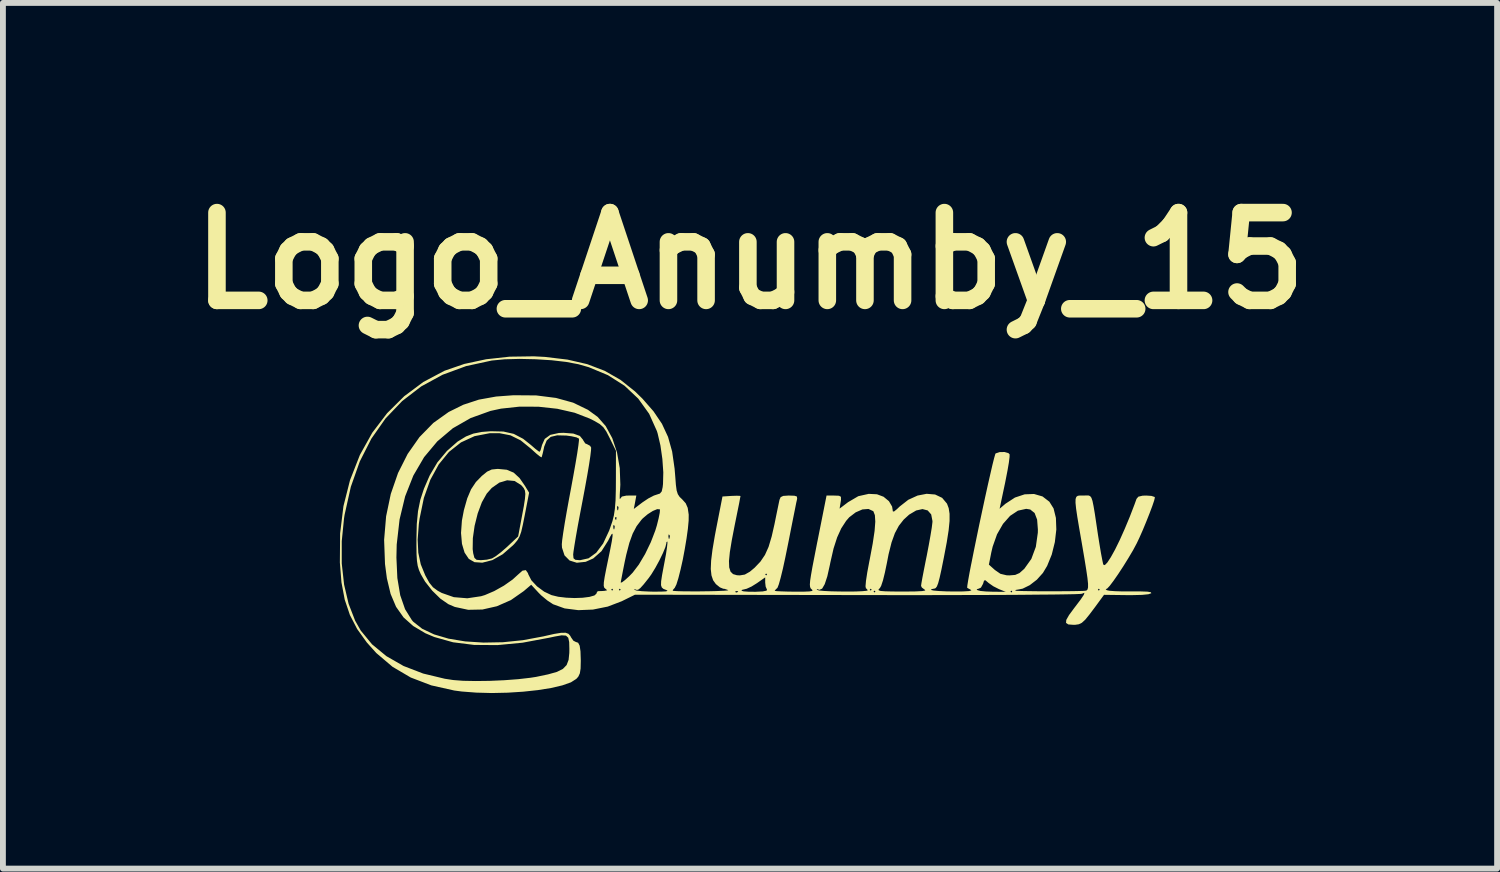
<source format=kicad_pcb>
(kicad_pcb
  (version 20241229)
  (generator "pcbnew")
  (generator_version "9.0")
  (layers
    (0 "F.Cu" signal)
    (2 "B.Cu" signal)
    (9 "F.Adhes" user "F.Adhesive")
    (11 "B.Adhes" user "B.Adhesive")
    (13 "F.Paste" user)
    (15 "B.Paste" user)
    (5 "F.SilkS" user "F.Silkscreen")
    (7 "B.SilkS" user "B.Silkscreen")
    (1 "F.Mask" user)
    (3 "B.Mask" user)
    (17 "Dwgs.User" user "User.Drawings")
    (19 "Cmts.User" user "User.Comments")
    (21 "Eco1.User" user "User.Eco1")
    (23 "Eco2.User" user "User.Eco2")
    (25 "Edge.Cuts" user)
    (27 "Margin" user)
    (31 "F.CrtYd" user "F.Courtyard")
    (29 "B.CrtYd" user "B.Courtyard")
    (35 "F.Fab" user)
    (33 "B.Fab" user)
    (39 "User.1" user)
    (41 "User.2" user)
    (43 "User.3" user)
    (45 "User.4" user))
  (footprint "Logo_Anumby_15"
    (layer "F.Cu")
    (at 9.764 5.904)
    (property "Reference" "Logo_Anumby_15" (at 0 -4.5 0) (layer "F.SilkS") (effects (font (size 1.5 1.5) (thickness 0.3))))
    (attr board_only exclude_from_pos_files exclude_from_bom)
    (fp_poly (pts (xy -4.155 -0.928) (xy -4.038 -0.879) (xy -3.937 -0.786) (xy -3.843 -0.65) (xy -3.774 -0.536) (xy -3.848 -0.152) (xy -3.881 0.013) (xy -3.908 0.13) (xy -3.936 0.211) (xy -3.971 0.273) (xy -4.017 0.329) (xy -4.048 0.362) (xy -4.225 0.516) (xy -4.402 0.616) (xy -4.573 0.66) (xy -4.707 0.651) (xy -4.804 0.595) (xy -4.876 0.488) (xy -4.894 0.429) (xy -4.738 0.429) (xy -4.729 0.5) (xy -4.708 0.578) (xy -4.671 0.611) (xy -4.597 0.617) (xy -4.597 0.617) (xy -4.494 0.608) (xy -4.407 0.587) (xy -4.345 0.55) (xy -4.256 0.482) (xy -4.156 0.395) (xy -4.144 0.384) (xy -3.961 0.211) (xy -3.897 -0.13) (xy -3.864 -0.306) (xy -3.845 -0.43) (xy -3.838 -0.514) (xy -3.845 -0.572) (xy -3.866 -0.615) (xy -3.9 -0.655) (xy -3.912 -0.667) (xy -4.022 -0.736) (xy -4.149 -0.748) (xy -4.283 -0.708) (xy -4.412 -0.617) (xy -4.498 -0.52) (xy -4.581 -0.372) (xy -4.652 -0.182) (xy -4.705 0.03) (xy -4.735 0.24) (xy -4.738 0.429) (xy -4.894 0.429) (xy -4.921 0.338) (xy -4.937 0.152) (xy -4.922 -0.059) (xy -4.888 -0.238) (xy -4.831 -0.439) (xy -4.766 -0.593) (xy -4.683 -0.718) (xy -4.582 -0.822) (xy -4.491 -0.896) (xy -4.413 -0.932) (xy -4.318 -0.942) (xy -4.301 -0.942)) (stroke (width 0) (type solid)) (fill yes) (layer "F.SilkS"))
    (fp_poly (pts (xy -3.504 -2.856) (xy -3.118 -2.81) (xy -2.78 -2.732) (xy -2.482 -2.618) (xy -2.213 -2.464) (xy -1.964 -2.266) (xy -1.838 -2.143) (xy -1.648 -1.926) (xy -1.504 -1.713) (xy -1.4 -1.489) (xy -1.33 -1.239) (xy -1.288 -0.947) (xy -1.277 -0.815) (xy -1.266 -0.67) (xy -1.253 -0.574) (xy -1.233 -0.511) (xy -1.202 -0.464) (xy -1.159 -0.423) (xy -1.098 -0.355) (xy -1.064 -0.277) (xy -1.047 -0.162) (xy -1.047 -0.159) (xy -1.048 -0.059) (xy -1.061 0.08) (xy -1.084 0.246) (xy -1.114 0.426) (xy -1.148 0.607) (xy -1.186 0.777) (xy -1.223 0.923) (xy -1.257 1.032) (xy -1.287 1.092) (xy -1.292 1.096) (xy -1.321 1.13) (xy -1.314 1.141) (xy -1.248 1.146) (xy -1.143 1.149) (xy -1.009 1.15) (xy -0.862 1.15) (xy -0.713 1.148) (xy -0.703 1.148) (xy -0.249 1.148) (xy -0.245 1.167) (xy -0.227 1.169) (xy -0.201 1.157) (xy -0.206 1.148) (xy -0.244 1.144) (xy -0.249 1.148) (xy -0.703 1.148) (xy -0.576 1.145) (xy -0.464 1.14) (xy -0.452 1.14) (xy -0.144 1.14) (xy -0.108 1.15) (xy -0.024 1.156) (xy 0.09 1.157) (xy 0.095 1.157) (xy 0.217 1.151) (xy 0.283 1.138) (xy 0.291 1.122) (xy 0.268 1.069) (xy 0.26 1.001) (xy 0.26 0.911) (xy 0.12 1.009) (xy 0.027 1.067) (xy -0.056 1.105) (xy -0.088 1.113) (xy -0.138 1.125) (xy -0.144 1.14) (xy -0.452 1.14) (xy -0.39 1.135) (xy -0.368 1.129) (xy -0.369 1.129) (xy -0.434 1.107) (xy -0.457 1.105) (xy -0.513 1.082) (xy -0.58 1.028) (xy -0.584 1.024) (xy -0.63 0.96) (xy -0.658 0.877) (xy -0.67 0.768) (xy -0.664 0.625) (xy -0.641 0.439) (xy -0.601 0.202) (xy -0.578 0.081) (xy -0.47 -0.471) (xy -0.316 -0.481) (xy -0.227 -0.484) (xy -0.171 -0.482) (xy -0.162 -0.478) (xy -0.169 -0.443) (xy -0.185 -0.356) (xy -0.211 -0.228) (xy -0.243 -0.07) (xy -0.261 0.019) (xy -0.311 0.277) (xy -0.344 0.479) (xy -0.359 0.631) (xy -0.355 0.74) (xy -0.332 0.813) (xy -0.289 0.855) (xy -0.225 0.874) (xy -0.174 0.877) (xy -0.089 0.863) (xy -0.085 0.861) (xy 0.26 0.861) (xy 0.276 0.877) (xy 0.292 0.861) (xy 0.276 0.845) (xy 0.26 0.861) (xy -0.085 0.861) (xy -0.002 0.814) (xy 0.079 0.746) (xy 0.178 0.642) (xy 0.256 0.527) (xy 0.318 0.389) (xy 0.371 0.211) (xy 0.419 -0.000042) (xy 0.449 -0.149) (xy 0.476 -0.28) (xy 0.496 -0.376) (xy 0.504 -0.414) (xy 0.524 -0.46) (xy 0.568 -0.481) (xy 0.656 -0.487) (xy 0.67 -0.487) (xy 0.76 -0.484) (xy 0.801 -0.471) (xy 0.806 -0.437) (xy 0.802 -0.414) (xy 0.79 -0.362) (xy 0.769 -0.256) (xy 0.739 -0.107) (xy 0.703 0.074) (xy 0.663 0.278) (xy 0.647 0.357) (xy 0.603 0.574) (xy 0.562 0.763) (xy 0.524 0.918) (xy 0.493 1.029) (xy 0.471 1.086) (xy 0.466 1.092) (xy 0.429 1.129) (xy 0.422 1.14) (xy 0.453 1.146) (xy 0.534 1.15) (xy 0.655 1.154) (xy 0.767 1.155) (xy 0.919 1.155) (xy 1.014 1.151) (xy 1.061 1.143) (xy 1.069 1.129) (xy 1.054 1.116) (xy 1.052 1.113) (xy 1.141 1.113) (xy 1.145 1.124) (xy 1.182 1.135) (xy 1.267 1.143) (xy 1.386 1.149) (xy 1.525 1.152) (xy 1.67 1.153) (xy 1.688 1.153) (xy 2.111 1.153) (xy 2.127 1.169) (xy 2.144 1.153) (xy 2.127 1.137) (xy 2.111 1.153) (xy 1.688 1.153) (xy 1.806 1.152) (xy 1.918 1.147) (xy 1.992 1.14) (xy 2.014 1.131) (xy 2.005 1.121) (xy 2.046 1.121) (xy 2.063 1.137) (xy 2.079 1.121) (xy 2.074 1.116) (xy 2.197 1.116) (xy 2.199 1.132) (xy 2.233 1.143) (xy 2.309 1.149) (xy 2.432 1.152) (xy 2.612 1.153) (xy 2.648 1.153) (xy 2.827 1.151) (xy 2.943 1.145) (xy 2.995 1.135) (xy 2.989 1.124) (xy 2.937 1.085) (xy 2.923 1.056) (xy 2.929 1.012) (xy 2.946 0.916) (xy 2.972 0.781) (xy 3.004 0.619) (xy 3.021 0.536) (xy 3.055 0.358) (xy 3.084 0.195) (xy 3.106 0.061) (xy 3.117 -0.03) (xy 3.118 -0.051) (xy 3.096 -0.165) (xy 3.036 -0.233) (xy 2.947 -0.256) (xy 2.839 -0.232) (xy 2.719 -0.161) (xy 2.626 -0.076) (xy 2.543 0.03) (xy 2.476 0.155) (xy 2.419 0.313) (xy 2.368 0.516) (xy 2.339 0.666) (xy 2.305 0.829) (xy 2.272 0.963) (xy 2.241 1.056) (xy 2.22 1.093) (xy 2.197 1.116) (xy 2.074 1.116) (xy 2.063 1.104) (xy 2.046 1.121) (xy 2.005 1.121) (xy 1.989 1.102) (xy 1.981 1.099) (xy 1.974 1.063) (xy 1.982 0.97) (xy 2.004 0.825) (xy 2.04 0.633) (xy 2.046 0.604) (xy 2.097 0.332) (xy 2.129 0.118) (xy 2.141 -0.042) (xy 2.134 -0.152) (xy 2.109 -0.216) (xy 2.105 -0.221) (xy 2.025 -0.258) (xy 1.921 -0.25) (xy 1.806 -0.2) (xy 1.696 -0.116) (xy 1.643 -0.055) (xy 1.559 0.074) (xy 1.489 0.228) (xy 1.428 0.417) (xy 1.373 0.657) (xy 1.365 0.698) (xy 1.321 0.894) (xy 1.277 1.027) (xy 1.233 1.103) (xy 1.186 1.124) (xy 1.16 1.115) (xy 1.141 1.113) (xy 1.052 1.113) (xy 1.037 1.099) (xy 1.027 1.074) (xy 1.023 1.033) (xy 1.028 0.967) (xy 1.043 0.869) (xy 1.067 0.732) (xy 1.103 0.547) (xy 1.15 0.306) (xy 1.153 0.293) (xy 1.308 -0.487) (xy 1.438 -0.487) (xy 1.521 -0.484) (xy 1.554 -0.466) (xy 1.555 -0.414) (xy 1.549 -0.376) (xy 1.531 -0.264) (xy 1.676 -0.374) (xy 1.85 -0.476) (xy 2.029 -0.516) (xy 2.17 -0.509) (xy 2.282 -0.467) (xy 2.374 -0.391) (xy 2.428 -0.299) (xy 2.436 -0.251) (xy 2.441 -0.216) (xy 2.462 -0.215) (xy 2.511 -0.255) (xy 2.558 -0.3) (xy 2.705 -0.415) (xy 2.863 -0.487) (xy 3.019 -0.517) (xy 3.163 -0.505) (xy 3.283 -0.448) (xy 3.366 -0.349) (xy 3.395 -0.272) (xy 3.41 -0.176) (xy 3.41 -0.053) (xy 3.394 0.107) (xy 3.362 0.311) (xy 3.313 0.569) (xy 3.31 0.584) (xy 3.271 0.778) (xy 3.24 0.918) (xy 3.215 1.011) (xy 3.193 1.067) (xy 3.171 1.095) (xy 3.147 1.104) (xy 3.141 1.104) (xy 3.097 1.113) (xy 3.098 1.127) (xy 3.137 1.136) (xy 3.228 1.144) (xy 3.355 1.15) (xy 3.476 1.152) (xy 3.641 1.151) (xy 3.743 1.145) (xy 3.782 1.134) (xy 3.775 1.125) (xy 3.754 1.113) (xy 3.872 1.113) (xy 3.888 1.13) (xy 3.938 1.143) (xy 4.033 1.152) (xy 4.148 1.156) (xy 4.369 1.158) (xy 4.357 1.153) (xy 4.45 1.153) (xy 4.466 1.169) (xy 4.482 1.153) (xy 4.466 1.137) (xy 4.45 1.153) (xy 4.357 1.153) (xy 4.255 1.112) (xy 4.158 1.063) (xy 4.076 1.006) (xy 4.072 1.002) (xy 4.022 0.96) (xy 3.999 0.966) (xy 3.982 1.021) (xy 3.946 1.086) (xy 3.905 1.105) (xy 3.872 1.113) (xy 3.754 1.113) (xy 3.725 1.097) (xy 3.711 1.089) (xy 3.713 1.055) (xy 3.727 0.966) (xy 3.751 0.832) (xy 3.778 0.693) (xy 4.082 0.693) (xy 4.185 0.785) (xy 4.279 0.85) (xy 4.383 0.875) (xy 4.433 0.877) (xy 4.531 0.869) (xy 4.605 0.837) (xy 4.685 0.766) (xy 4.69 0.76) (xy 4.807 0.596) (xy 4.884 0.389) (xy 4.918 0.148) (xy 4.919 0.093) (xy 4.906 -0.076) (xy 4.863 -0.189) (xy 4.788 -0.249) (xy 4.719 -0.26) (xy 4.578 -0.229) (xy 4.444 -0.14) (xy 4.323 -0.003) (xy 4.221 0.175) (xy 4.146 0.387) (xy 4.123 0.485) (xy 4.082 0.693) (xy 3.778 0.693) (xy 3.785 0.66) (xy 3.825 0.459) (xy 3.87 0.239) (xy 3.918 0.007) (xy 3.968 -0.227) (xy 4.017 -0.455) (xy 4.064 -0.668) (xy 4.107 -0.857) (xy 4.143 -1.013) (xy 4.172 -1.129) (xy 4.191 -1.195) (xy 4.197 -1.207) (xy 4.267 -1.23) (xy 4.35 -1.231) (xy 4.416 -1.212) (xy 4.436 -1.191) (xy 4.435 -1.145) (xy 4.423 -1.049) (xy 4.4 -0.915) (xy 4.369 -0.756) (xy 4.359 -0.705) (xy 4.265 -0.262) (xy 4.365 -0.347) (xy 4.527 -0.453) (xy 4.693 -0.508) (xy 4.853 -0.514) (xy 4.998 -0.472) (xy 5.115 -0.382) (xy 5.187 -0.267) (xy 5.227 -0.105) (xy 5.234 0.093) (xy 5.209 0.308) (xy 5.156 0.521) (xy 5.077 0.715) (xy 5.005 0.835) (xy 4.902 0.95) (xy 4.78 1.044) (xy 4.66 1.103) (xy 4.598 1.116) (xy 4.543 1.125) (xy 4.531 1.137) (xy 4.564 1.141) (xy 4.65 1.144) (xy 4.776 1.146) (xy 4.93 1.148) (xy 5.099 1.148) (xy 5.272 1.148) (xy 5.436 1.147) (xy 5.579 1.145) (xy 5.688 1.142) (xy 5.725 1.14) (xy 5.75 1.135) (xy 5.764 1.121) (xy 5.944 1.121) (xy 5.96 1.137) (xy 5.976 1.121) (xy 5.96 1.104) (xy 5.944 1.121) (xy 5.764 1.121) (xy 5.767 1.118) (xy 5.776 1.082) (xy 5.776 1.019) (xy 5.766 0.922) (xy 5.746 0.785) (xy 5.716 0.599) (xy 5.675 0.358) (xy 5.668 0.317) (xy 5.625 0.07) (xy 5.593 -0.121) (xy 5.572 -0.263) (xy 5.562 -0.363) (xy 5.563 -0.427) (xy 5.576 -0.465) (xy 5.601 -0.483) (xy 5.638 -0.488) (xy 5.688 -0.487) (xy 5.697 -0.487) (xy 5.746 -0.489) (xy 5.783 -0.489) (xy 5.811 -0.478) (xy 5.833 -0.45) (xy 5.852 -0.395) (xy 5.87 -0.307) (xy 5.892 -0.177) (xy 5.919 0.003) (xy 5.945 0.179) (xy 5.972 0.348) (xy 5.997 0.497) (xy 6.019 0.613) (xy 6.034 0.683) (xy 6.037 0.693) (xy 6.062 0.702) (xy 6.106 0.657) (xy 6.166 0.565) (xy 6.238 0.435) (xy 6.318 0.272) (xy 6.402 0.084) (xy 6.488 -0.122) (xy 6.571 -0.338) (xy 6.604 -0.43) (xy 6.636 -0.468) (xy 6.708 -0.485) (xy 6.771 -0.487) (xy 6.859 -0.481) (xy 6.911 -0.464) (xy 6.918 -0.454) (xy 6.906 -0.403) (xy 6.874 -0.308) (xy 6.827 -0.183) (xy 6.771 -0.042) (xy 6.712 0.101) (xy 6.655 0.23) (xy 6.609 0.327) (xy 6.545 0.447) (xy 6.465 0.582) (xy 6.378 0.722) (xy 6.291 0.855) (xy 6.211 0.97) (xy 6.146 1.056) (xy 6.104 1.101) (xy 6.095 1.105) (xy 6.077 1.114) (xy 6.097 1.13) (xy 6.144 1.14) (xy 6.241 1.147) (xy 6.373 1.151) (xy 6.511 1.151) (xy 6.682 1.151) (xy 6.792 1.155) (xy 6.849 1.165) (xy 6.857 1.181) (xy 6.856 1.182) (xy 6.808 1.199) (xy 6.699 1.21) (xy 6.534 1.214) (xy 6.438 1.214) (xy 6.049 1.209) (xy 5.896 1.418) (xy 5.798 1.548) (xy 5.727 1.635) (xy 5.67 1.687) (xy 5.618 1.712) (xy 5.558 1.721) (xy 5.519 1.721) (xy 5.439 1.715) (xy 5.4 1.689) (xy 5.404 1.638) (xy 5.451 1.555) (xy 5.541 1.433) (xy 5.554 1.416) (xy 5.649 1.291) (xy 5.703 1.21) (xy 5.715 1.174) (xy 5.684 1.185) (xy 5.676 1.19) (xy 5.639 1.194) (xy 5.54 1.198) (xy 5.383 1.201) (xy 5.173 1.204) (xy 4.912 1.206) (xy 4.604 1.209) (xy 4.253 1.211) (xy 3.863 1.212) (xy 3.437 1.213) (xy 2.979 1.214) (xy 2.493 1.214) (xy 1.981 1.213) (xy 1.835 1.213) (xy -1.965 1.207) (xy -2.192 1.319) (xy -2.43 1.41) (xy -2.683 1.461) (xy -2.933 1.471) (xy -3.167 1.441) (xy -3.364 1.37) (xy -3.463 1.305) (xy -3.569 1.217) (xy -3.615 1.17) (xy -3.738 1.037) (xy -3.866 1.146) (xy -4.085 1.299) (xy -4.324 1.404) (xy -4.571 1.46) (xy -4.814 1.465) (xy -5.043 1.416) (xy -5.153 1.369) (xy -5.29 1.274) (xy -5.429 1.138) (xy -5.552 0.982) (xy -5.625 0.855) (xy -5.656 0.784) (xy -5.677 0.714) (xy -5.69 0.629) (xy -5.697 0.517) (xy -5.699 0.361) (xy -5.699 0.266) (xy -5.678 0.266) (xy -5.667 0.49) (xy -5.625 0.688) (xy -5.548 0.877) (xy -5.544 0.884) (xy -5.479 1.002) (xy -5.416 1.08) (xy -5.336 1.139) (xy -5.266 1.177) (xy -5.06 1.249) (xy -4.83 1.268) (xy -4.594 1.233) (xy -4.529 1.213) (xy -4.37 1.145) (xy -4.204 1.052) (xy -4.056 0.948) (xy -3.965 0.865) (xy -3.887 0.796) (xy -3.83 0.787) (xy -3.794 0.838) (xy -3.787 0.86) (xy -3.735 0.961) (xy -3.639 1.064) (xy -3.516 1.155) (xy -3.391 1.214) (xy -3.276 1.242) (xy -3.14 1.258) (xy -2.997 1.264) (xy -2.859 1.259) (xy -2.742 1.244) (xy -2.658 1.22) (xy -2.622 1.188) (xy -2.622 1.178) (xy -2.603 1.148) (xy -2.589 1.146) (xy -2.525 1.144) (xy -2.485 1.141) (xy -2.442 1.132) (xy -2.452 1.121) (xy -2.371 1.121) (xy -2.355 1.137) (xy -2.339 1.121) (xy -2.241 1.121) (xy -2.225 1.137) (xy -2.209 1.121) (xy -2.217 1.112) (xy -1.977 1.112) (xy -1.973 1.124) (xy -1.935 1.137) (xy -1.847 1.147) (xy -1.725 1.153) (xy -1.651 1.155) (xy -1.513 1.154) (xy -1.434 1.15) (xy -1.408 1.141) (xy -1.428 1.127) (xy -1.437 1.124) (xy -1.48 1.107) (xy -1.507 1.083) (xy -1.52 1.044) (xy -1.518 0.977) (xy -1.502 0.871) (xy -1.473 0.716) (xy -1.461 0.653) (xy -1.435 0.513) (xy -1.418 0.398) (xy -1.41 0.322) (xy -1.412 0.298) (xy -1.427 0.308) (xy -1.429 0.328) (xy -1.445 0.393) (xy -1.487 0.495) (xy -1.547 0.619) (xy -1.616 0.746) (xy -1.685 0.859) (xy -1.73 0.922) (xy -1.816 1.03) (xy -1.874 1.094) (xy -1.913 1.123) (xy -1.942 1.124) (xy -1.954 1.118) (xy -1.977 1.112) (xy -2.217 1.112) (xy -2.225 1.104) (xy -2.241 1.121) (xy -2.339 1.121) (xy -2.355 1.104) (xy -2.371 1.121) (xy -2.452 1.121) (xy -2.459 1.112) (xy -2.471 1.105) (xy -2.49 1.087) (xy -2.499 1.054) (xy -2.497 0.999) (xy -2.209 0.999) (xy -2.189 0.997) (xy -2.137 0.958) (xy -2.065 0.893) (xy -2.004 0.83) (xy -1.899 0.692) (xy -1.792 0.512) (xy -1.695 0.311) (xy -1.655 0.208) (xy -1.394 0.208) (xy -1.388 0.251) (xy -1.377 0.251) (xy -1.369 0.208) (xy -1.374 0.189) (xy -1.389 0.176) (xy -1.394 0.208) (xy -1.655 0.208) (xy -1.617 0.108) (xy -1.591 0.023) (xy -1.561 -0.098) (xy -1.542 -0.192) (xy -1.538 -0.246) (xy -1.539 -0.251) (xy -1.585 -0.255) (xy -1.66 -0.224) (xy -1.748 -0.168) (xy -1.832 -0.097) (xy -1.855 -0.072) (xy -1.937 0.036) (xy -2.004 0.163) (xy -2.061 0.321) (xy -2.114 0.524) (xy -2.141 0.649) (xy -2.169 0.789) (xy -2.191 0.903) (xy -2.205 0.977) (xy -2.209 0.999) (xy -2.497 0.999) (xy -2.497 0.997) (xy -2.483 0.904) (xy -2.456 0.764) (xy -2.431 0.643) (xy -2.389 0.44) (xy -2.361 0.295) (xy -2.348 0.205) (xy -2.348 0.165) (xy -2.363 0.171) (xy -2.391 0.219) (xy -2.423 0.283) (xy -2.537 0.463) (xy -2.677 0.587) (xy -2.807 0.645) (xy -2.959 0.661) (xy -3.082 0.623) (xy -3.169 0.535) (xy -3.212 0.403) (xy -3.215 0.345) (xy -3.209 0.277) (xy -3.192 0.155) (xy -3.166 -0.01) (xy -3.132 -0.207) (xy -3.092 -0.427) (xy -3.058 -0.608) (xy -3.017 -0.831) (xy -2.981 -1.034) (xy -2.952 -1.207) (xy -2.932 -1.342) (xy -2.922 -1.429) (xy -2.922 -1.46) (xy -2.964 -1.481) (xy -3.049 -1.5) (xy -3.136 -1.512) (xy -3.295 -1.516) (xy -3.404 -1.49) (xy -3.474 -1.427) (xy -3.516 -1.323) (xy -3.521 -1.298) (xy -3.541 -1.209) (xy -3.557 -1.15) (xy -3.561 -1.14) (xy -3.588 -1.154) (xy -3.649 -1.203) (xy -3.732 -1.278) (xy -3.743 -1.288) (xy -3.918 -1.43) (xy -4.092 -1.516) (xy -4.282 -1.553) (xy -4.449 -1.552) (xy -4.706 -1.502) (xy -4.938 -1.395) (xy -5.143 -1.233) (xy -5.318 -1.019) (xy -5.462 -0.755) (xy -5.572 -0.446) (xy -5.645 -0.093) (xy -5.658 0) (xy -5.678 0.266) (xy -5.699 0.266) (xy -5.699 0.26) (xy -5.693 -0.002) (xy -5.672 -0.22) (xy -5.633 -0.413) (xy -5.571 -0.603) (xy -5.482 -0.809) (xy -5.469 -0.837) (xy -5.341 -1.054) (xy -5.178 -1.249) (xy -4.996 -1.409) (xy -4.852 -1.497) (xy -4.726 -1.546) (xy -4.582 -1.574) (xy -4.429 -1.586) (xy -4.214 -1.581) (xy -4.036 -1.541) (xy -3.876 -1.457) (xy -3.744 -1.352) (xy -3.668 -1.286) (xy -3.613 -1.244) (xy -3.595 -1.234) (xy -3.577 -1.263) (xy -3.558 -1.332) (xy -3.554 -1.349) (xy -3.507 -1.455) (xy -3.412 -1.524) (xy -3.266 -1.556) (xy -3.187 -1.559) (xy -3.018 -1.546) (xy -2.907 -1.506) (xy -2.852 -1.439) (xy -2.85 -1.432) (xy -2.815 -1.378) (xy -2.782 -1.364) (xy -2.732 -1.337) (xy -2.714 -1.307) (xy -2.716 -1.26) (xy -2.728 -1.159) (xy -2.75 -1.013) (xy -2.781 -0.83) (xy -2.819 -0.62) (xy -2.858 -0.412) (xy -2.902 -0.182) (xy -2.942 0.031) (xy -2.975 0.218) (xy -3 0.369) (xy -3.016 0.474) (xy -3.021 0.521) (xy -3.015 0.585) (xy -2.983 0.611) (xy -2.908 0.617) (xy -2.902 0.617) (xy -2.758 0.585) (xy -2.627 0.49) (xy -2.509 0.332) (xy -2.406 0.112) (xy -2.383 0.046) (xy -2.336 0.046) (xy -2.33 0.088) (xy -2.319 0.089) (xy -2.311 0.045) (xy -2.316 0.026) (xy -2.331 0.014) (xy -2.336 0.046) (xy -2.383 0.046) (xy -2.35 -0.05) (xy -2.338 -0.097) (xy -2.306 -0.097) (xy -2.294 -0.071) (xy -2.284 -0.076) (xy -2.281 -0.114) (xy -2.284 -0.119) (xy -2.304 -0.115) (xy -2.306 -0.097) (xy -2.338 -0.097) (xy -2.325 -0.149) (xy -2.308 -0.263) (xy -2.307 -0.279) (xy -2.271 -0.279) (xy -2.265 -0.237) (xy -2.254 -0.236) (xy -2.246 -0.28) (xy -2.251 -0.298) (xy -2.266 -0.311) (xy -2.271 -0.279) (xy -2.307 -0.279) (xy -2.297 -0.405) (xy -2.292 -0.59) (xy -2.291 -0.748) (xy -2.29 -1.251) (xy -2.397 -1.469) (xy -2.454 -1.58) (xy -2.505 -1.654) (xy -2.567 -1.709) (xy -2.66 -1.763) (xy -2.74 -1.803) (xy -2.996 -1.902) (xy -3.293 -1.97) (xy -3.614 -2.005) (xy -3.94 -2.006) (xy -4.254 -1.972) (xy -4.434 -1.933) (xy -4.773 -1.811) (xy -5.077 -1.637) (xy -5.342 -1.413) (xy -5.568 -1.143) (xy -5.752 -0.828) (xy -5.892 -0.473) (xy -5.987 -0.079) (xy -6.036 0.35) (xy -6.041 0.572) (xy -6.025 0.922) (xy -5.976 1.216) (xy -5.893 1.455) (xy -5.777 1.641) (xy -5.754 1.668) (xy -5.602 1.788) (xy -5.398 1.885) (xy -5.15 1.958) (xy -4.865 2.005) (xy -4.553 2.025) (xy -4.222 2.019) (xy -3.88 1.984) (xy -3.535 1.92) (xy -3.513 1.915) (xy -3.345 1.877) (xy -3.227 1.858) (xy -3.15 1.857) (xy -3.101 1.875) (xy -3.069 1.912) (xy -3.059 1.933) (xy -3.017 1.993) (xy -2.976 2.014) (xy -2.936 2.028) (xy -2.91 2.078) (xy -2.896 2.173) (xy -2.891 2.322) (xy -2.891 2.343) (xy -2.894 2.469) (xy -2.907 2.551) (xy -2.934 2.608) (xy -2.967 2.645) (xy -3.059 2.704) (xy -3.206 2.756) (xy -3.398 2.801) (xy -3.624 2.837) (xy -3.875 2.864) (xy -4.141 2.881) (xy -4.411 2.887) (xy -4.675 2.88) (xy -4.924 2.861) (xy -5.052 2.844) (xy -5.445 2.756) (xy -5.796 2.622) (xy -6.107 2.439) (xy -6.384 2.204) (xy -6.546 2.024) (xy -6.712 1.793) (xy -6.836 1.553) (xy -6.924 1.292) (xy -6.98 0.996) (xy -7.007 0.658) (xy -7.004 0.293) (xy -6.975 0.293) (xy -6.975 0.673) (xy -6.935 1.033) (xy -6.858 1.362) (xy -6.746 1.651) (xy -6.651 1.819) (xy -6.458 2.054) (xy -6.212 2.257) (xy -5.919 2.425) (xy -5.584 2.554) (xy -5.214 2.643) (xy -5.07 2.665) (xy -4.901 2.678) (xy -4.686 2.682) (xy -4.445 2.679) (xy -4.196 2.668) (xy -3.958 2.65) (xy -3.75 2.626) (xy -3.654 2.611) (xy -3.449 2.568) (xy -3.299 2.526) (xy -3.197 2.475) (xy -3.133 2.409) (xy -3.099 2.32) (xy -3.087 2.202) (xy -3.086 2.134) (xy -3.089 2.016) (xy -3.105 1.942) (xy -3.144 1.906) (xy -3.218 1.901) (xy -3.337 1.922) (xy -3.431 1.942) (xy -3.886 2.027) (xy -4.315 2.068) (xy -4.712 2.065) (xy -5.073 2.02) (xy -5.393 1.93) (xy -5.545 1.866) (xy -5.754 1.742) (xy -5.919 1.595) (xy -6.047 1.414) (xy -6.14 1.194) (xy -6.204 0.926) (xy -6.236 0.682) (xy -6.251 0.269) (xy -6.217 -0.133) (xy -6.137 -0.515) (xy -6.013 -0.873) (xy -5.849 -1.198) (xy -5.647 -1.486) (xy -5.41 -1.728) (xy -5.148 -1.915) (xy -4.897 -2.039) (xy -4.632 -2.126) (xy -4.337 -2.179) (xy -4.041 -2.201) (xy -3.653 -2.198) (xy -3.314 -2.155) (xy -3.021 -2.074) (xy -2.769 -1.952) (xy -2.603 -1.831) (xy -2.465 -1.674) (xy -2.353 -1.468) (xy -2.272 -1.225) (xy -2.225 -0.956) (xy -2.215 -0.673) (xy -2.219 -0.604) (xy -2.225 -0.501) (xy -2.226 -0.438) (xy -2.221 -0.426) (xy -2.22 -0.43) (xy -2.188 -0.47) (xy -2.114 -0.486) (xy -2.073 -0.487) (xy -1.942 -0.487) (xy -1.963 -0.372) (xy -1.985 -0.258) (xy -1.838 -0.37) (xy -1.738 -0.437) (xy -1.642 -0.487) (xy -1.597 -0.502) (xy -1.539 -0.521) (xy -1.508 -0.558) (xy -1.492 -0.631) (xy -1.486 -0.685) (xy -1.481 -0.883) (xy -1.497 -1.112) (xy -1.53 -1.343) (xy -1.577 -1.545) (xy -1.59 -1.588) (xy -1.723 -1.884) (xy -1.909 -2.143) (xy -2.144 -2.364) (xy -2.427 -2.544) (xy -2.754 -2.68) (xy -2.932 -2.731) (xy -3.139 -2.77) (xy -3.389 -2.799) (xy -3.663 -2.816) (xy -3.938 -2.822) (xy -4.195 -2.815) (xy -4.412 -2.794) (xy -4.85 -2.699) (xy -5.252 -2.551) (xy -5.617 -2.352) (xy -5.942 -2.102) (xy -6.227 -1.804) (xy -6.469 -1.459) (xy -6.667 -1.069) (xy -6.82 -0.636) (xy -6.926 -0.16) (xy -6.936 -0.097) (xy -6.975 0.293) (xy -7.004 0.293) (xy -7.003 0.16) (xy -6.946 -0.306) (xy -6.834 -0.749) (xy -6.667 -1.176) (xy -6.659 -1.192) (xy -6.454 -1.56) (xy -6.201 -1.893) (xy -5.908 -2.184) (xy -5.582 -2.427) (xy -5.228 -2.615) (xy -5.212 -2.622) (xy -4.881 -2.736) (xy -4.507 -2.816) (xy -4.107 -2.86) (xy -3.693 -2.866)) (stroke (width 0) (type solid)) (fill yes) (layer "F.SilkS")))
  (gr_rect
    (start -3 -3)
    (end 22.529 11.791)
    (stroke (width 0.1) (type default))
    (fill no)
    (layer "Edge.Cuts")))
</source>
